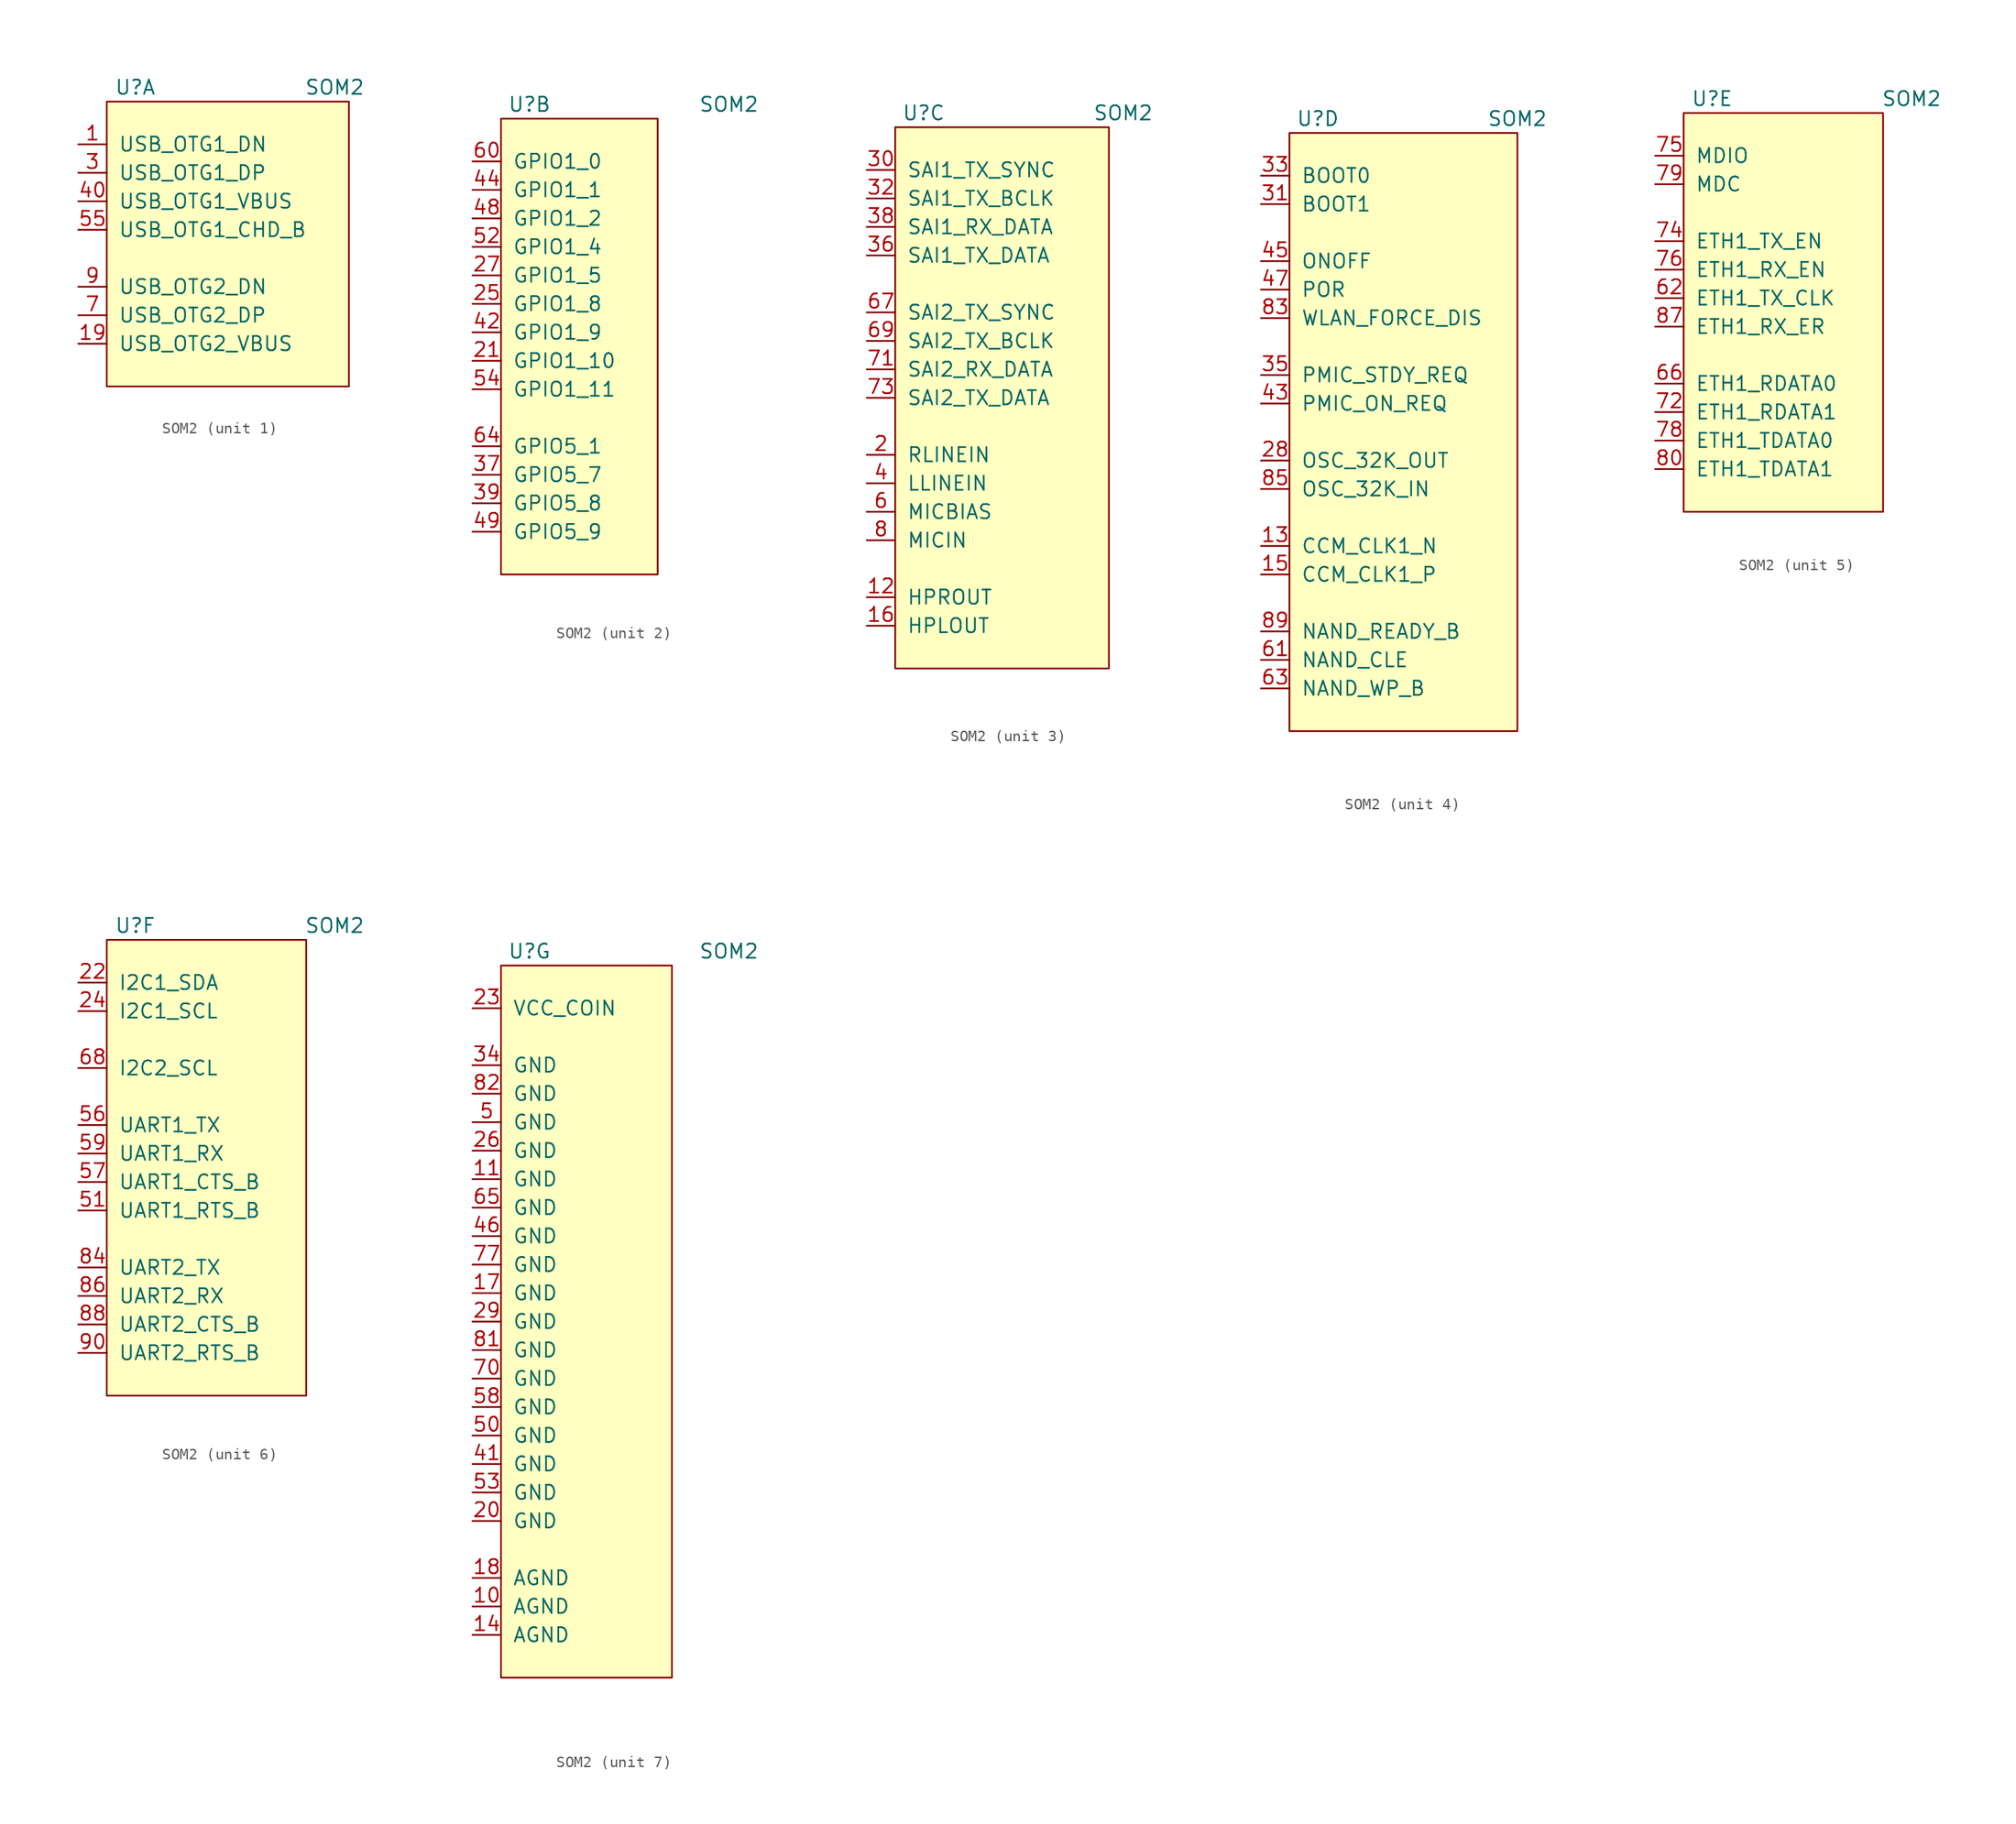
<source format=kicad_sym>
(kicad_symbol_lib
  (version 20211014)
  (generator kicad_symbol_editor)
  (symbol "SOM2"
    (pin_names
      (offset 1.016))
    (property "Reference" "U"
      (at 2.54 1.27 0)
      (effects (font (size 1.27 1.27))))
    (property "Value" "SOM2"
      (at 20.32 1.27 0)
      (effects (font (size 1.27 1.27))))
    (property "ki_locked" ""
      (at 0 0 0)
      (effects (font (size 1.27 1.27))))
    (symbol "SOM2_1_0"
      (rectangle (start 0 0) (end 21.59 -25.4) (stroke (width 0) (type default) (color 0 0 0 0)) (fill (type background))))
    (symbol "SOM2_1_1"
      (pin input line (at -2.54 -3.81 0) (length 2.54) (name "USB_OTG1_DN" (effects (font (size 1.27 1.27)))) (number "1" (effects (font (size 1.27 1.27)))))
      (pin input line (at -2.54 -21.59 0) (length 2.54) (name "USB_OTG2_VBUS" (effects (font (size 1.27 1.27)))) (number "19" (effects (font (size 1.27 1.27)))))
      (pin input line (at -2.54 -6.35 0) (length 2.54) (name "USB_OTG1_DP" (effects (font (size 1.27 1.27)))) (number "3" (effects (font (size 1.27 1.27)))))
      (pin input line (at -2.54 -8.89 0) (length 2.54) (name "USB_OTG1_VBUS" (effects (font (size 1.27 1.27)))) (number "40" (effects (font (size 1.27 1.27)))))
      (pin input line (at -2.54 -11.43 0) (length 2.54) (name "USB_OTG1_CHD_B" (effects (font (size 1.27 1.27)))) (number "55" (effects (font (size 1.27 1.27)))))
      (pin input line (at -2.54 -19.05 0) (length 2.54) (name "USB_OTG2_DP" (effects (font (size 1.27 1.27)))) (number "7" (effects (font (size 1.27 1.27)))))
      (pin input line (at -2.54 -16.51 0) (length 2.54) (name "USB_OTG2_DN" (effects (font (size 1.27 1.27)))) (number "9" (effects (font (size 1.27 1.27))))))
    (symbol "SOM2_2_0"
      (rectangle (start 0 0) (end 13.97 -40.64) (stroke (width 0) (type default) (color 0 0 0 0)) (fill (type background))))
    (symbol "SOM2_2_1"
      (pin input line (at -2.54 -21.59 0) (length 2.54) (name "GPIO1_10" (effects (font (size 1.27 1.27)))) (number "21" (effects (font (size 1.27 1.27)))))
      (pin input line (at -2.54 -16.51 0) (length 2.54) (name "GPIO1_8" (effects (font (size 1.27 1.27)))) (number "25" (effects (font (size 1.27 1.27)))))
      (pin input line (at -2.54 -13.97 0) (length 2.54) (name "GPIO1_5" (effects (font (size 1.27 1.27)))) (number "27" (effects (font (size 1.27 1.27)))))
      (pin input line (at -2.54 -31.75 0) (length 2.54) (name "GPIO5_7" (effects (font (size 1.27 1.27)))) (number "37" (effects (font (size 1.27 1.27)))))
      (pin input line (at -2.54 -34.29 0) (length 2.54) (name "GPIO5_8" (effects (font (size 1.27 1.27)))) (number "39" (effects (font (size 1.27 1.27)))))
      (pin input line (at -2.54 -19.05 0) (length 2.54) (name "GPIO1_9" (effects (font (size 1.27 1.27)))) (number "42" (effects (font (size 1.27 1.27)))))
      (pin input line (at -2.54 -6.35 0) (length 2.54) (name "GPIO1_1" (effects (font (size 1.27 1.27)))) (number "44" (effects (font (size 1.27 1.27)))))
      (pin input line (at -2.54 -8.89 0) (length 2.54) (name "GPIO1_2" (effects (font (size 1.27 1.27)))) (number "48" (effects (font (size 1.27 1.27)))))
      (pin input line (at -2.54 -36.83 0) (length 2.54) (name "GPIO5_9" (effects (font (size 1.27 1.27)))) (number "49" (effects (font (size 1.27 1.27)))))
      (pin input line (at -2.54 -11.43 0) (length 2.54) (name "GPIO1_4" (effects (font (size 1.27 1.27)))) (number "52" (effects (font (size 1.27 1.27)))))
      (pin input line (at -2.54 -24.13 0) (length 2.54) (name "GPIO1_11" (effects (font (size 1.27 1.27)))) (number "54" (effects (font (size 1.27 1.27)))))
      (pin input line (at -2.54 -3.81 0) (length 2.54) (name "GPIO1_0" (effects (font (size 1.27 1.27)))) (number "60" (effects (font (size 1.27 1.27)))))
      (pin input line (at -2.54 -29.21 0) (length 2.54) (name "GPIO5_1" (effects (font (size 1.27 1.27)))) (number "64" (effects (font (size 1.27 1.27))))))
    (symbol "SOM2_3_0"
      (rectangle (start 0 0) (end 19.05 -48.26) (stroke (width 0) (type default) (color 0 0 0 0)) (fill (type background))))
    (symbol "SOM2_3_1"
      (pin input line (at -2.54 -41.91 0) (length 2.54) (name "HPROUT" (effects (font (size 1.27 1.27)))) (number "12" (effects (font (size 1.27 1.27)))))
      (pin input line (at -2.54 -44.45 0) (length 2.54) (name "HPLOUT" (effects (font (size 1.27 1.27)))) (number "16" (effects (font (size 1.27 1.27)))))
      (pin input line (at -2.54 -29.21 0) (length 2.54) (name "RLINEIN" (effects (font (size 1.27 1.27)))) (number "2" (effects (font (size 1.27 1.27)))))
      (pin input line (at -2.54 -3.81 0) (length 2.54) (name "SAI1_TX_SYNC" (effects (font (size 1.27 1.27)))) (number "30" (effects (font (size 1.27 1.27)))))
      (pin input line (at -2.54 -6.35 0) (length 2.54) (name "SAI1_TX_BCLK" (effects (font (size 1.27 1.27)))) (number "32" (effects (font (size 1.27 1.27)))))
      (pin input line (at -2.54 -11.43 0) (length 2.54) (name "SAI1_TX_DATA" (effects (font (size 1.27 1.27)))) (number "36" (effects (font (size 1.27 1.27)))))
      (pin input line (at -2.54 -8.89 0) (length 2.54) (name "SAI1_RX_DATA" (effects (font (size 1.27 1.27)))) (number "38" (effects (font (size 1.27 1.27)))))
      (pin input line (at -2.54 -31.75 0) (length 2.54) (name "LLINEIN" (effects (font (size 1.27 1.27)))) (number "4" (effects (font (size 1.27 1.27)))))
      (pin input line (at -2.54 -34.29 0) (length 2.54) (name "MICBIAS" (effects (font (size 1.27 1.27)))) (number "6" (effects (font (size 1.27 1.27)))))
      (pin input line (at -2.54 -16.51 0) (length 2.54) (name "SAI2_TX_SYNC" (effects (font (size 1.27 1.27)))) (number "67" (effects (font (size 1.27 1.27)))))
      (pin input line (at -2.54 -19.05 0) (length 2.54) (name "SAI2_TX_BCLK" (effects (font (size 1.27 1.27)))) (number "69" (effects (font (size 1.27 1.27)))))
      (pin input line (at -2.54 -21.59 0) (length 2.54) (name "SAI2_RX_DATA" (effects (font (size 1.27 1.27)))) (number "71" (effects (font (size 1.27 1.27)))))
      (pin input line (at -2.54 -24.13 0) (length 2.54) (name "SAI2_TX_DATA" (effects (font (size 1.27 1.27)))) (number "73" (effects (font (size 1.27 1.27)))))
      (pin input line (at -2.54 -36.83 0) (length 2.54) (name "MICIN" (effects (font (size 1.27 1.27)))) (number "8" (effects (font (size 1.27 1.27))))))
    (symbol "SOM2_4_0"
      (rectangle (start 0 0) (end 20.32 -53.34) (stroke (width 0) (type default) (color 0 0 0 0)) (fill (type background))))
    (symbol "SOM2_4_1"
      (pin input line (at -2.54 -36.83 0) (length 2.54) (name "CCM_CLK1_N" (effects (font (size 1.27 1.27)))) (number "13" (effects (font (size 1.27 1.27)))))
      (pin input line (at -2.54 -39.37 0) (length 2.54) (name "CCM_CLK1_P" (effects (font (size 1.27 1.27)))) (number "15" (effects (font (size 1.27 1.27)))))
      (pin input line (at -2.54 -29.21 0) (length 2.54) (name "OSC_32K_OUT" (effects (font (size 1.27 1.27)))) (number "28" (effects (font (size 1.27 1.27)))))
      (pin input line (at -2.54 -6.35 0) (length 2.54) (name "BOOT1" (effects (font (size 1.27 1.27)))) (number "31" (effects (font (size 1.27 1.27)))))
      (pin input line (at -2.54 -3.81 0) (length 2.54) (name "BOOT0" (effects (font (size 1.27 1.27)))) (number "33" (effects (font (size 1.27 1.27)))))
      (pin input line (at -2.54 -21.59 0) (length 2.54) (name "PMIC_STDY_REQ" (effects (font (size 1.27 1.27)))) (number "35" (effects (font (size 1.27 1.27)))))
      (pin input line (at -2.54 -24.13 0) (length 2.54) (name "PMIC_ON_REQ" (effects (font (size 1.27 1.27)))) (number "43" (effects (font (size 1.27 1.27)))))
      (pin input line (at -2.54 -11.43 0) (length 2.54) (name "ONOFF" (effects (font (size 1.27 1.27)))) (number "45" (effects (font (size 1.27 1.27)))))
      (pin input line (at -2.54 -13.97 0) (length 2.54) (name "POR" (effects (font (size 1.27 1.27)))) (number "47" (effects (font (size 1.27 1.27)))))
      (pin input line (at -2.54 -46.99 0) (length 2.54) (name "NAND_CLE" (effects (font (size 1.27 1.27)))) (number "61" (effects (font (size 1.27 1.27)))))
      (pin input line (at -2.54 -49.53 0) (length 2.54) (name "NAND_WP_B" (effects (font (size 1.27 1.27)))) (number "63" (effects (font (size 1.27 1.27)))))
      (pin input line (at -2.54 -16.51 0) (length 2.54) (name "WLAN_FORCE_DIS" (effects (font (size 1.27 1.27)))) (number "83" (effects (font (size 1.27 1.27)))))
      (pin input line (at -2.54 -31.75 0) (length 2.54) (name "OSC_32K_IN" (effects (font (size 1.27 1.27)))) (number "85" (effects (font (size 1.27 1.27)))))
      (pin input line (at -2.54 -44.45 0) (length 2.54) (name "NAND_READY_B" (effects (font (size 1.27 1.27)))) (number "89" (effects (font (size 1.27 1.27))))))
    (symbol "SOM2_5_0"
      (rectangle (start 0 0) (end 17.78 -35.56) (stroke (width 0) (type default) (color 0 0 0 0)) (fill (type background))))
    (symbol "SOM2_5_1"
      (pin input line (at -2.54 -16.51 0) (length 2.54) (name "ETH1_TX_CLK" (effects (font (size 1.27 1.27)))) (number "62" (effects (font (size 1.27 1.27)))))
      (pin input line (at -2.54 -24.13 0) (length 2.54) (name "ETH1_RDATA0" (effects (font (size 1.27 1.27)))) (number "66" (effects (font (size 1.27 1.27)))))
      (pin input line (at -2.54 -26.67 0) (length 2.54) (name "ETH1_RDATA1" (effects (font (size 1.27 1.27)))) (number "72" (effects (font (size 1.27 1.27)))))
      (pin input line (at -2.54 -11.43 0) (length 2.54) (name "ETH1_TX_EN" (effects (font (size 1.27 1.27)))) (number "74" (effects (font (size 1.27 1.27)))))
      (pin input line (at -2.54 -3.81 0) (length 2.54) (name "MDIO" (effects (font (size 1.27 1.27)))) (number "75" (effects (font (size 1.27 1.27)))))
      (pin input line (at -2.54 -13.97 0) (length 2.54) (name "ETH1_RX_EN" (effects (font (size 1.27 1.27)))) (number "76" (effects (font (size 1.27 1.27)))))
      (pin input line (at -2.54 -29.21 0) (length 2.54) (name "ETH1_TDATA0" (effects (font (size 1.27 1.27)))) (number "78" (effects (font (size 1.27 1.27)))))
      (pin input line (at -2.54 -6.35 0) (length 2.54) (name "MDC" (effects (font (size 1.27 1.27)))) (number "79" (effects (font (size 1.27 1.27)))))
      (pin input line (at -2.54 -31.75 0) (length 2.54) (name "ETH1_TDATA1" (effects (font (size 1.27 1.27)))) (number "80" (effects (font (size 1.27 1.27)))))
      (pin input line (at -2.54 -19.05 0) (length 2.54) (name "ETH1_RX_ER" (effects (font (size 1.27 1.27)))) (number "87" (effects (font (size 1.27 1.27))))))
    (symbol "SOM2_6_0"
      (rectangle (start 0 0) (end 17.78 -40.64) (stroke (width 0) (type default) (color 0 0 0 0)) (fill (type background))))
    (symbol "SOM2_6_1"
      (pin input line (at -2.54 -3.81 0) (length 2.54) (name "I2C1_SDA" (effects (font (size 1.27 1.27)))) (number "22" (effects (font (size 1.27 1.27)))))
      (pin input line (at -2.54 -6.35 0) (length 2.54) (name "I2C1_SCL" (effects (font (size 1.27 1.27)))) (number "24" (effects (font (size 1.27 1.27)))))
      (pin input line (at -2.54 -24.13 0) (length 2.54) (name "UART1_RTS_B" (effects (font (size 1.27 1.27)))) (number "51" (effects (font (size 1.27 1.27)))))
      (pin input line (at -2.54 -16.51 0) (length 2.54) (name "UART1_TX" (effects (font (size 1.27 1.27)))) (number "56" (effects (font (size 1.27 1.27)))))
      (pin input line (at -2.54 -21.59 0) (length 2.54) (name "UART1_CTS_B" (effects (font (size 1.27 1.27)))) (number "57" (effects (font (size 1.27 1.27)))))
      (pin input line (at -2.54 -19.05 0) (length 2.54) (name "UART1_RX" (effects (font (size 1.27 1.27)))) (number "59" (effects (font (size 1.27 1.27)))))
      (pin input line (at -2.54 -11.43 0) (length 2.54) (name "I2C2_SCL" (effects (font (size 1.27 1.27)))) (number "68" (effects (font (size 1.27 1.27)))))
      (pin input line (at -2.54 -29.21 0) (length 2.54) (name "UART2_TX" (effects (font (size 1.27 1.27)))) (number "84" (effects (font (size 1.27 1.27)))))
      (pin input line (at -2.54 -31.75 0) (length 2.54) (name "UART2_RX" (effects (font (size 1.27 1.27)))) (number "86" (effects (font (size 1.27 1.27)))))
      (pin input line (at -2.54 -34.29 0) (length 2.54) (name "UART2_CTS_B" (effects (font (size 1.27 1.27)))) (number "88" (effects (font (size 1.27 1.27)))))
      (pin input line (at -2.54 -36.83 0) (length 2.54) (name "UART2_RTS_B" (effects (font (size 1.27 1.27)))) (number "90" (effects (font (size 1.27 1.27))))))
    (symbol "SOM2_7_0"
      (rectangle (start 0 0) (end 15.24 -63.5) (stroke (width 0) (type default) (color 0 0 0 0)) (fill (type background))))
    (symbol "SOM2_7_1"
      (pin power_in line (at -2.54 -57.15 0) (length 2.54) (name "AGND" (effects (font (size 1.27 1.27)))) (number "10" (effects (font (size 1.27 1.27)))))
      (pin power_in line (at -2.54 -19.05 0) (length 2.54) (name "GND" (effects (font (size 1.27 1.27)))) (number "11" (effects (font (size 1.27 1.27)))))
      (pin power_in line (at -2.54 -59.69 0) (length 2.54) (name "AGND" (effects (font (size 1.27 1.27)))) (number "14" (effects (font (size 1.27 1.27)))))
      (pin power_in line (at -2.54 -29.21 0) (length 2.54) (name "GND" (effects (font (size 1.27 1.27)))) (number "17" (effects (font (size 1.27 1.27)))))
      (pin power_in line (at -2.54 -54.61 0) (length 2.54) (name "AGND" (effects (font (size 1.27 1.27)))) (number "18" (effects (font (size 1.27 1.27)))))
      (pin power_in line (at -2.54 -49.53 0) (length 2.54) (name "GND" (effects (font (size 1.27 1.27)))) (number "20" (effects (font (size 1.27 1.27)))))
      (pin power_in line (at -2.54 -3.81 0) (length 2.54) (name "VCC_COIN" (effects (font (size 1.27 1.27)))) (number "23" (effects (font (size 1.27 1.27)))))
      (pin power_in line (at -2.54 -16.51 0) (length 2.54) (name "GND" (effects (font (size 1.27 1.27)))) (number "26" (effects (font (size 1.27 1.27)))))
      (pin power_in line (at -2.54 -31.75 0) (length 2.54) (name "GND" (effects (font (size 1.27 1.27)))) (number "29" (effects (font (size 1.27 1.27)))))
      (pin power_in line (at -2.54 -8.89 0) (length 2.54) (name "GND" (effects (font (size 1.27 1.27)))) (number "34" (effects (font (size 1.27 1.27)))))
      (pin power_in line (at -2.54 -44.45 0) (length 2.54) (name "GND" (effects (font (size 1.27 1.27)))) (number "41" (effects (font (size 1.27 1.27)))))
      (pin power_in line (at -2.54 -24.13 0) (length 2.54) (name "GND" (effects (font (size 1.27 1.27)))) (number "46" (effects (font (size 1.27 1.27)))))
      (pin power_in line (at -2.54 -13.97 0) (length 2.54) (name "GND" (effects (font (size 1.27 1.27)))) (number "5" (effects (font (size 1.27 1.27)))))
      (pin power_in line (at -2.54 -41.91 0) (length 2.54) (name "GND" (effects (font (size 1.27 1.27)))) (number "50" (effects (font (size 1.27 1.27)))))
      (pin power_in line (at -2.54 -46.99 0) (length 2.54) (name "GND" (effects (font (size 1.27 1.27)))) (number "53" (effects (font (size 1.27 1.27)))))
      (pin power_in line (at -2.54 -39.37 0) (length 2.54) (name "GND" (effects (font (size 1.27 1.27)))) (number "58" (effects (font (size 1.27 1.27)))))
      (pin power_in line (at -2.54 -21.59 0) (length 2.54) (name "GND" (effects (font (size 1.27 1.27)))) (number "65" (effects (font (size 1.27 1.27)))))
      (pin power_in line (at -2.54 -36.83 0) (length 2.54) (name "GND" (effects (font (size 1.27 1.27)))) (number "70" (effects (font (size 1.27 1.27)))))
      (pin power_in line (at -2.54 -26.67 0) (length 2.54) (name "GND" (effects (font (size 1.27 1.27)))) (number "77" (effects (font (size 1.27 1.27)))))
      (pin power_in line (at -2.54 -34.29 0) (length 2.54) (name "GND" (effects (font (size 1.27 1.27)))) (number "81" (effects (font (size 1.27 1.27)))))
      (pin power_in line (at -2.54 -11.43 0) (length 2.54) (name "GND" (effects (font (size 1.27 1.27)))) (number "82" (effects (font (size 1.27 1.27))))))))
</source>
